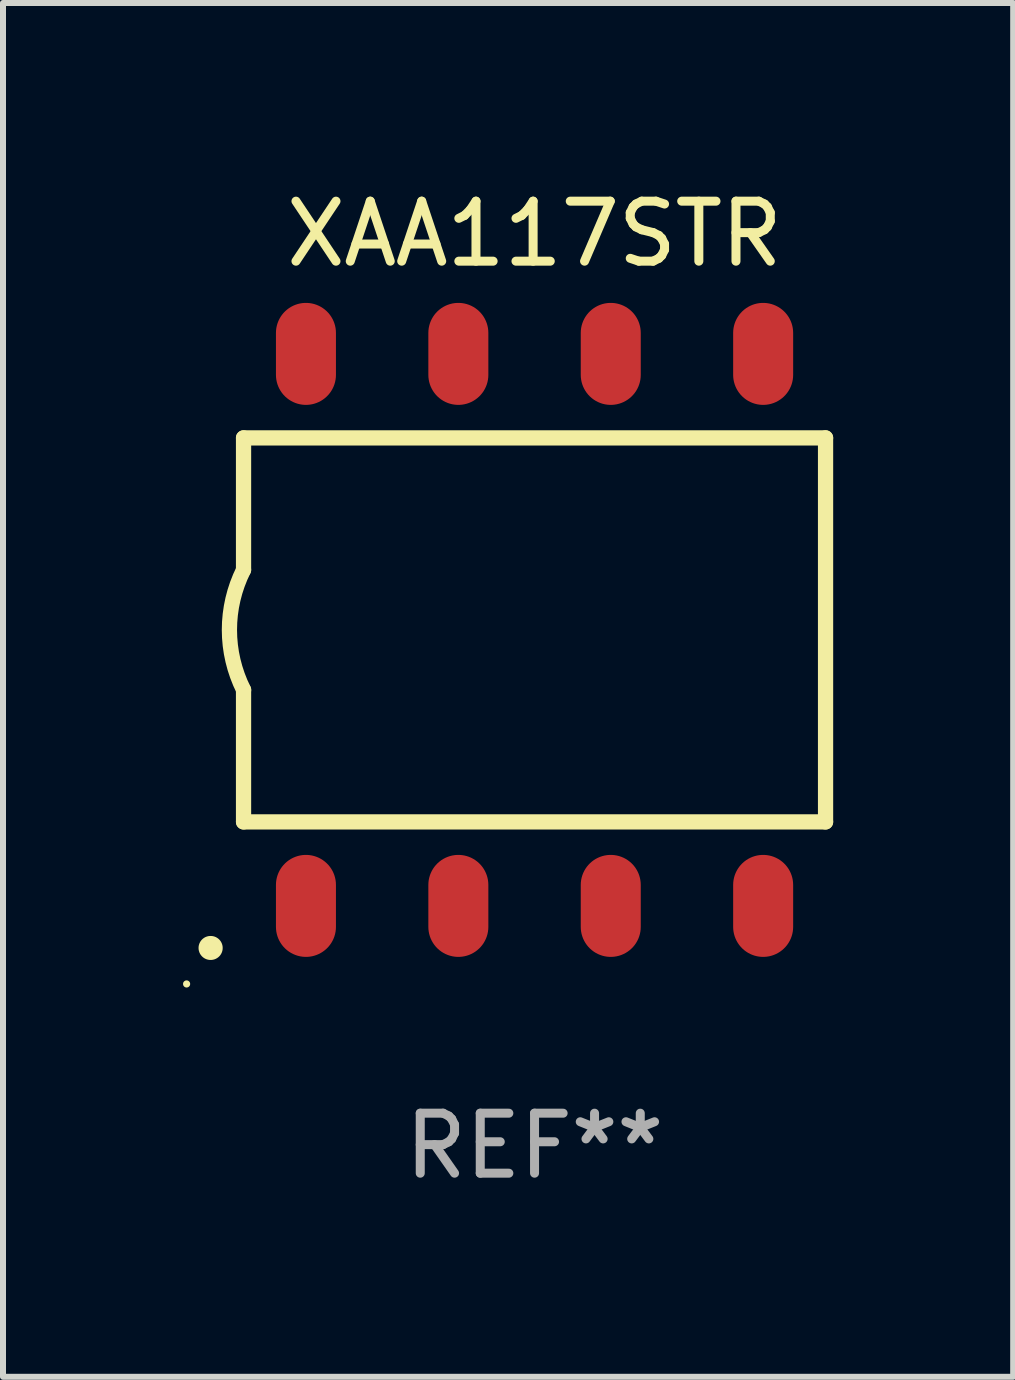
<source format=kicad_pcb>
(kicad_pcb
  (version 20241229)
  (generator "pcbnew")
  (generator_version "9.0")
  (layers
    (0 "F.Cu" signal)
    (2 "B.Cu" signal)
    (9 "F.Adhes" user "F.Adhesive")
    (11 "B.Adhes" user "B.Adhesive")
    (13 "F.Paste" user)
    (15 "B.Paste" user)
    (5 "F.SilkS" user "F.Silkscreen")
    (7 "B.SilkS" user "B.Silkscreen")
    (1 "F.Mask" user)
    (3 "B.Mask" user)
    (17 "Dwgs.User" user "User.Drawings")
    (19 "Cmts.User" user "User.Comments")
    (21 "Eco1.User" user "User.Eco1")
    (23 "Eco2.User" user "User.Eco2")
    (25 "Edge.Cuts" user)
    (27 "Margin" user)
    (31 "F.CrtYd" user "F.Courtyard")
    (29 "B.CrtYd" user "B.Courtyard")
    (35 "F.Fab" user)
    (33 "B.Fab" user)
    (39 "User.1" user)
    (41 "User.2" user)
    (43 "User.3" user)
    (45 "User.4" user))
  (footprint "XAA117STR"
    (layer "F.Cu")
    (at 5.859 7.448)
    (property "Reference" "XAA117STR" (at 0 -6.6 0) (layer "F.SilkS") (effects (font (size 1 1) (thickness 0.15))))
    (attr through_hole)
    (fp_line (start -4.85 -3.2) (end -4.85 -1) (stroke (width 0.254) (type solid)) (layer "F.SilkS"))
    (fp_line (start -4.85 -3.2) (end 4.85 -3.2) (stroke (width 0.254) (type solid)) (layer "F.SilkS"))
    (fp_line (start -4.85 3.2) (end -4.85 1) (stroke (width 0.254) (type solid)) (layer "F.SilkS"))
    (fp_line (start 4.85 -3.2) (end 4.85 3.2) (stroke (width 0.254) (type solid)) (layer "F.SilkS"))
    (fp_line (start 4.85 3.2) (end -4.85 3.2) (stroke (width 0.254) (type solid)) (layer "F.SilkS"))
    (fp_arc (start -5.400051 5.300991) (mid -5.398781 5.300987) (end -5.397511 5.300991) (stroke (width 0.4) (type solid)) (layer "F.SilkS"))
    (fp_arc (start -4.84887 1.000762) (mid -5.085418 0.000516) (end -4.850013 -1) (stroke (width 0.254001) (type solid)) (layer "F.SilkS"))
    (fp_circle (center -5.799 5.901) (end -5.769 5.901) (stroke (width 0.06) (type solid)) (fill no) (layer "F.SilkS"))
    (fp_text user "REF**" (at 0 8.6 0) (layer "F.Fab") (effects (font (size 1 1) (thickness 0.15))))
    (pad "1" smd oval (at -3.81 4.6) (size 1 1.7) (layers "F.Cu" "F.Mask" "F.Paste"))
    (pad "2" smd oval (at -1.27 4.6) (size 1 1.7) (layers "F.Cu" "F.Mask" "F.Paste"))
    (pad "3" smd oval (at 1.27 4.6) (size 1 1.7) (layers "F.Cu" "F.Mask" "F.Paste"))
    (pad "4" smd oval (at 3.81 4.6) (size 1 1.7) (layers "F.Cu" "F.Mask" "F.Paste"))
    (pad "5" smd oval (at 3.81 -4.6 180) (size 1 1.7) (layers "F.Cu" "F.Mask" "F.Paste"))
    (pad "6" smd oval (at 1.27 -4.6 180) (size 1 1.7) (layers "F.Cu" "F.Mask" "F.Paste"))
    (pad "7" smd oval (at -1.27 -4.6 180) (size 1 1.7) (layers "F.Cu" "F.Mask" "F.Paste"))
    (pad "8" smd oval (at -3.81 -4.6 180) (size 1 1.7) (layers "F.Cu" "F.Mask" "F.Paste")))
  (gr_rect
    (start -3 -3)
    (end 13.836 19.896)
    (stroke (width 0.1) (type default))
    (fill no)
    (layer "Edge.Cuts")))
</source>
